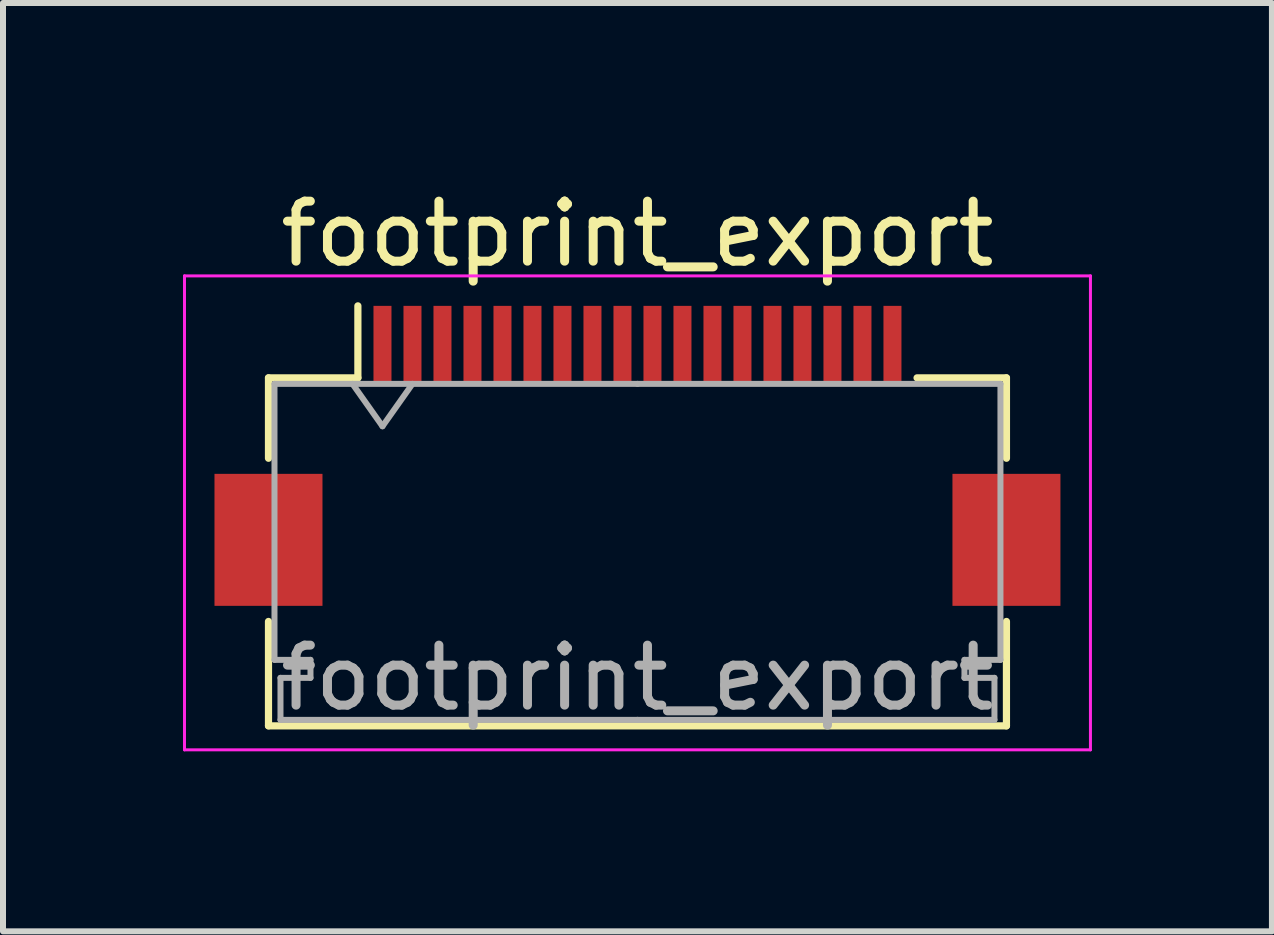
<source format=kicad_pcb>
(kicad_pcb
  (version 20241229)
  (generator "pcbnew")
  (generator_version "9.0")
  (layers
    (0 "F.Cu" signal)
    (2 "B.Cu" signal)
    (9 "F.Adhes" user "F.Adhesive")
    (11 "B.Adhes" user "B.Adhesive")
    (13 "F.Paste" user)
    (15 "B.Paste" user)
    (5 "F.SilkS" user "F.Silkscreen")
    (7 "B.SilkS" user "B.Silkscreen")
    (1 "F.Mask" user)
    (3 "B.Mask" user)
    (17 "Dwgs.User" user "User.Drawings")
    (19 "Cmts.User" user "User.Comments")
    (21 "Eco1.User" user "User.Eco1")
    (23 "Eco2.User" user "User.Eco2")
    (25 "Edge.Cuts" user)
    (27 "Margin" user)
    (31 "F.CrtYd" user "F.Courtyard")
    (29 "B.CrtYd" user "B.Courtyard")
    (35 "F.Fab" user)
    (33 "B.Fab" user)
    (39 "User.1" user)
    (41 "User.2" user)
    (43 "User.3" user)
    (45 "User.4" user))
  (footprint "footprint_export"
    (layer "F.Cu")
    (at 7.575 4.548)
    (property "Reference" "footprint_export" (at 0 -3.7 0) (layer "F.SilkS") (effects (font (size 1 1) (thickness 0.15))))
    (attr smd)
    (fp_line (start -6.15 -1.3) (end -6.15 0.04) (stroke (width 0.12) (type solid)) (layer "F.SilkS"))
    (fp_line (start -6.15 2.76) (end -6.15 4.5) (stroke (width 0.12) (type solid)) (layer "F.SilkS"))
    (fp_line (start -6.15 4.5) (end 6.15 4.5) (stroke (width 0.12) (type solid)) (layer "F.SilkS"))
    (fp_line (start -4.66 -1.3) (end -6.15 -1.3) (stroke (width 0.12) (type solid)) (layer "F.SilkS"))
    (fp_line (start -4.66 -1.3) (end -4.66 -2.5) (stroke (width 0.12) (type solid)) (layer "F.SilkS"))
    (fp_line (start 4.66 -1.3) (end 6.15 -1.3) (stroke (width 0.12) (type solid)) (layer "F.SilkS"))
    (fp_line (start 6.15 -1.3) (end 6.15 0.04) (stroke (width 0.12) (type solid)) (layer "F.SilkS"))
    (fp_line (start 6.15 4.5) (end 6.15 2.76) (stroke (width 0.12) (type solid)) (layer "F.SilkS"))
    (fp_line (start -7.55 -3) (end -7.55 4.9) (stroke (width 0.05) (type solid)) (layer "F.CrtYd"))
    (fp_line (start -7.55 4.9) (end 7.55 4.9) (stroke (width 0.05) (type solid)) (layer "F.CrtYd"))
    (fp_line (start 7.55 -3) (end -7.55 -3) (stroke (width 0.05) (type solid)) (layer "F.CrtYd"))
    (fp_line (start 7.55 4.9) (end 7.55 -3) (stroke (width 0.05) (type solid)) (layer "F.CrtYd"))
    (fp_line (start -6.05 -1.2) (end -6.05 3.4) (stroke (width 0.1) (type solid)) (layer "F.Fab"))
    (fp_line (start -6.05 3.4) (end -5.45 3.4) (stroke (width 0.1) (type solid)) (layer "F.Fab"))
    (fp_line (start -5.95 3.7) (end -5.95 4.4) (stroke (width 0.1) (type solid)) (layer "F.Fab"))
    (fp_line (start -5.95 4.4) (end 0 4.4) (stroke (width 0.1) (type solid)) (layer "F.Fab"))
    (fp_line (start -5.45 3.4) (end -5.45 3.7) (stroke (width 0.1) (type solid)) (layer "F.Fab"))
    (fp_line (start -5.45 3.7) (end -5.95 3.7) (stroke (width 0.1) (type solid)) (layer "F.Fab"))
    (fp_line (start -4.75 -1.2) (end -4.25 -0.493) (stroke (width 0.1) (type solid)) (layer "F.Fab"))
    (fp_line (start -4.25 -0.493) (end -3.75 -1.2) (stroke (width 0.1) (type solid)) (layer "F.Fab"))
    (fp_line (start 0 -1.2) (end -6.05 -1.2) (stroke (width 0.1) (type solid)) (layer "F.Fab"))
    (fp_line (start 0 -1.2) (end 6.05 -1.2) (stroke (width 0.1) (type solid)) (layer "F.Fab"))
    (fp_line (start 5.45 3.4) (end 5.45 3.7) (stroke (width 0.1) (type solid)) (layer "F.Fab"))
    (fp_line (start 5.45 3.7) (end 5.95 3.7) (stroke (width 0.1) (type solid)) (layer "F.Fab"))
    (fp_line (start 5.95 3.7) (end 5.95 4.4) (stroke (width 0.1) (type solid)) (layer "F.Fab"))
    (fp_line (start 5.95 4.4) (end 0 4.4) (stroke (width 0.1) (type solid)) (layer "F.Fab"))
    (fp_line (start 6.05 -1.2) (end 6.05 3.4) (stroke (width 0.1) (type solid)) (layer "F.Fab"))
    (fp_line (start 6.05 3.4) (end 5.45 3.4) (stroke (width 0.1) (type solid)) (layer "F.Fab"))
    (fp_text user "${REFERENCE}" (at 0 3.7 0) (layer "F.Fab") (effects (font (size 1 1) (thickness 0.15))))
    (pad "1" smd rect (at -4.25 -1.85) (size 0.3 1.3) (layers "F.Cu" "F.Mask" "F.Paste"))
    (pad "2" smd rect (at -3.75 -1.85) (size 0.3 1.3) (layers "F.Cu" "F.Mask" "F.Paste"))
    (pad "3" smd rect (at -3.25 -1.85) (size 0.3 1.3) (layers "F.Cu" "F.Mask" "F.Paste"))
    (pad "4" smd rect (at -2.75 -1.85) (size 0.3 1.3) (layers "F.Cu" "F.Mask" "F.Paste"))
    (pad "5" smd rect (at -2.25 -1.85) (size 0.3 1.3) (layers "F.Cu" "F.Mask" "F.Paste"))
    (pad "6" smd rect (at -1.75 -1.85) (size 0.3 1.3) (layers "F.Cu" "F.Mask" "F.Paste"))
    (pad "7" smd rect (at -1.25 -1.85) (size 0.3 1.3) (layers "F.Cu" "F.Mask" "F.Paste"))
    (pad "8" smd rect (at -0.75 -1.85) (size 0.3 1.3) (layers "F.Cu" "F.Mask" "F.Paste"))
    (pad "9" smd rect (at -0.25 -1.85) (size 0.3 1.3) (layers "F.Cu" "F.Mask" "F.Paste"))
    (pad "10" smd rect (at 0.25 -1.85) (size 0.3 1.3) (layers "F.Cu" "F.Mask" "F.Paste"))
    (pad "11" smd rect (at 0.75 -1.85) (size 0.3 1.3) (layers "F.Cu" "F.Mask" "F.Paste"))
    (pad "12" smd rect (at 1.25 -1.85) (size 0.3 1.3) (layers "F.Cu" "F.Mask" "F.Paste"))
    (pad "13" smd rect (at 1.75 -1.85) (size 0.3 1.3) (layers "F.Cu" "F.Mask" "F.Paste"))
    (pad "14" smd rect (at 2.25 -1.85) (size 0.3 1.3) (layers "F.Cu" "F.Mask" "F.Paste"))
    (pad "15" smd rect (at 2.75 -1.85) (size 0.3 1.3) (layers "F.Cu" "F.Mask" "F.Paste"))
    (pad "16" smd rect (at 3.25 -1.85) (size 0.3 1.3) (layers "F.Cu" "F.Mask" "F.Paste"))
    (pad "17" smd rect (at 3.75 -1.85) (size 0.3 1.3) (layers "F.Cu" "F.Mask" "F.Paste"))
    (pad "18" smd rect (at 4.25 -1.85) (size 0.3 1.3) (layers "F.Cu" "F.Mask" "F.Paste"))
    (pad "MP" smd rect (at -6.15 1.4) (size 1.8 2.2) (layers "F.Cu" "F.Mask" "F.Paste"))
    (pad "MP" smd rect (at 6.15 1.4) (size 1.8 2.2) (layers "F.Cu" "F.Mask" "F.Paste")))
  (gr_rect
    (start -3 -3)
    (end 18.15 12.473)
    (stroke (width 0.1) (type default))
    (fill no)
    (layer "Edge.Cuts")))
</source>
